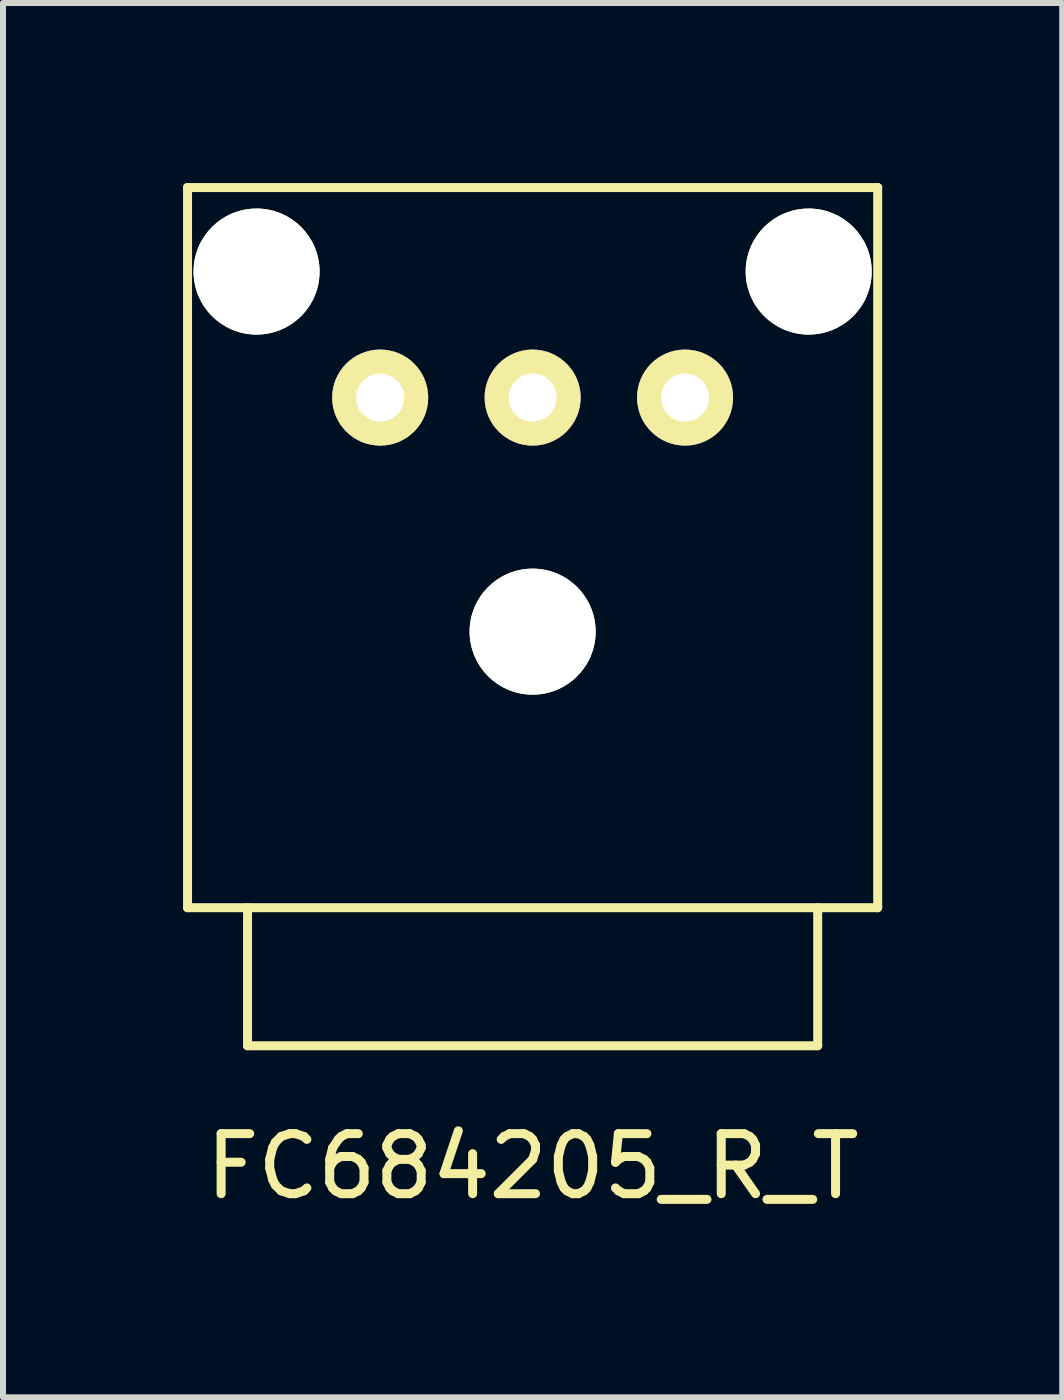
<source format=kicad_pcb>
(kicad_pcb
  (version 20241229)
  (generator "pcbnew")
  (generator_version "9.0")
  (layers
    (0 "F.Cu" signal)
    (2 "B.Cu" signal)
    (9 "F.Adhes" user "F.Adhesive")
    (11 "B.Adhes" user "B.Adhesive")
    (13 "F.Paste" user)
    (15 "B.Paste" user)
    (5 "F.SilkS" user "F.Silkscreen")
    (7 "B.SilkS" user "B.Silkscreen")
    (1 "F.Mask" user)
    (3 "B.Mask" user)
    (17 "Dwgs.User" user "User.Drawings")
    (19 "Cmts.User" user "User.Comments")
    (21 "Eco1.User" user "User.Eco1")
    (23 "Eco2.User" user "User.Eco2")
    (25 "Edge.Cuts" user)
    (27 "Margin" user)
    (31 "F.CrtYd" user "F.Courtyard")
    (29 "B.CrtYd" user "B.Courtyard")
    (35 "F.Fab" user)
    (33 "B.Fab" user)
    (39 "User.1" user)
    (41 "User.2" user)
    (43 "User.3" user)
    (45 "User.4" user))
  (footprint "FC684205_R_T"
    (layer "F.Cu")
    (at 5.825 12.075)
    (property "Reference" "FC684205_R_T" (at 0 4.31 0) (layer "F.SilkS") (effects (font (size 1 1) (thickness 0.15))))
    (attr through_hole)
    (fp_line (start -5.75 -12) (end 5.75 -12) (stroke (width 0.15) (type solid)) (layer "F.SilkS"))
    (fp_line (start -5.75 0) (end -5.75 -12) (stroke (width 0.15) (type solid)) (layer "F.SilkS"))
    (fp_line (start -5.75 0) (end 5.75 0) (stroke (width 0.15) (type solid)) (layer "F.SilkS"))
    (fp_line (start -4.75 2.3) (end -4.75 0) (stroke (width 0.15) (type solid)) (layer "F.SilkS"))
    (fp_line (start -4.75 2.3) (end 4.75 2.3) (stroke (width 0.15) (type solid)) (layer "F.SilkS"))
    (fp_line (start 4.75 2.3) (end 4.75 0) (stroke (width 0.15) (type solid)) (layer "F.SilkS"))
    (fp_line (start 5.75 0) (end 5.75 -12) (stroke (width 0.15) (type solid)) (layer "F.SilkS"))
    (pad "" np_thru_hole circle (at -4.6 -10.6) (size 2.1 2.1) (drill 2.1) (layers "*.Cu" "*.Mask" "F.SilkS"))
    (pad "" np_thru_hole circle (at 0 -4.6) (size 2.1 2.1) (drill 2.1) (layers "*.Cu" "*.Mask" "F.SilkS"))
    (pad "" np_thru_hole circle (at 4.6 -10.6) (size 2.1 2.1) (drill 2.1) (layers "*.Cu" "*.Mask" "F.SilkS"))
    (pad "1" thru_hole circle (at 2.54 -8.5) (size 1.6 1.6) (drill 0.8) (layers "*.Cu" "*.Mask" "F.SilkS"))
    (pad "2" thru_hole circle (at 0 -8.5) (size 1.6 1.6) (drill 0.8) (layers "*.Cu" "*.Mask" "F.SilkS"))
    (pad "3" thru_hole circle (at -2.54 -8.5) (size 1.6 1.6) (drill 0.8) (layers "*.Cu" "*.Mask" "F.SilkS")))
  (gr_rect
    (start -3 -3)
    (end 14.65 20.233)
    (stroke (width 0.1) (type default))
    (fill no)
    (layer "Edge.Cuts")))
</source>
